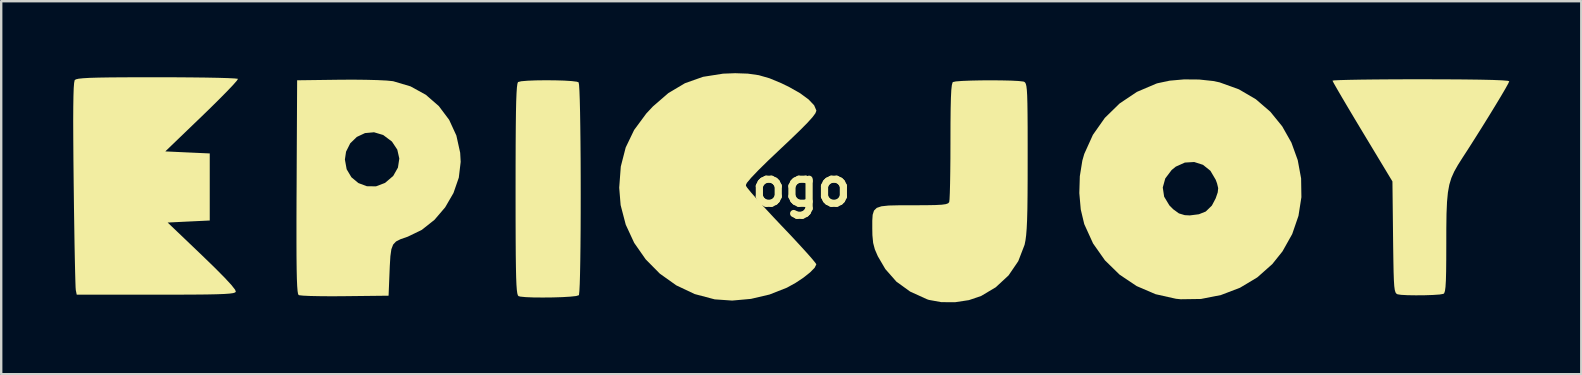
<source format=kicad_pcb>
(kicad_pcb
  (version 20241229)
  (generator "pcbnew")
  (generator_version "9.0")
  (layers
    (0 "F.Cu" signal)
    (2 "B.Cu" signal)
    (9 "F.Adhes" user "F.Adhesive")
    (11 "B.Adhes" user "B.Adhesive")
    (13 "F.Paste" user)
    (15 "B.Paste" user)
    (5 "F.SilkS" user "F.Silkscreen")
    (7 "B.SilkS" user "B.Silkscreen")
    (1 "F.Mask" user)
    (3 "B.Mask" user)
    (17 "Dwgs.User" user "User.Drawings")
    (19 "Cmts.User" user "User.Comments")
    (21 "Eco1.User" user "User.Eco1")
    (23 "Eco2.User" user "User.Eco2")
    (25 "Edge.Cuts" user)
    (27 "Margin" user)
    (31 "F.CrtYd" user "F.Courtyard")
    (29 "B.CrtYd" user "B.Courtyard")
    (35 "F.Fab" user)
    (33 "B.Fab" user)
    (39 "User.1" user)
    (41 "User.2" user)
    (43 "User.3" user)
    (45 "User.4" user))
  (footprint "logo"
    (layer "F.Cu")
    (at 29.946 4.74)
    (property "Reference" "logo" (at 0 0 0) (layer "F.SilkS") (effects (font (size 1.5 1.5) (thickness 0.3))))
    (attr board_only exclude_from_pos_files exclude_from_bom)
    (fp_poly (pts (xy -9.87 -4.443) (xy -9.49 -4.432) (xy -9.174 -4.412) (xy -8.96 -4.385) (xy -8.889 -4.359) (xy -8.87 -4.254) (xy -8.854 -4.001) (xy -8.84 -3.617) (xy -8.828 -3.123) (xy -8.819 -2.538) (xy -8.811 -1.881) (xy -8.805 -1.173) (xy -8.802 -0.431) (xy -8.801 0.323) (xy -8.802 1.071) (xy -8.805 1.793) (xy -8.811 2.47) (xy -8.819 3.082) (xy -8.829 3.609) (xy -8.841 4.034) (xy -8.856 4.334) (xy -8.873 4.493) (xy -8.88 4.511) (xy -8.994 4.544) (xy -9.238 4.57) (xy -9.576 4.59) (xy -9.968 4.602) (xy -10.376 4.606) (xy -10.762 4.603) (xy -11.087 4.59) (xy -11.314 4.568) (xy -11.394 4.547) (xy -11.421 4.51) (xy -11.444 4.426) (xy -11.463 4.282) (xy -11.479 4.063) (xy -11.491 3.758) (xy -11.5 3.353) (xy -11.507 2.835) (xy -11.511 2.192) (xy -11.514 1.41) (xy -11.515 0.477) (xy -11.515 0.085) (xy -11.514 -0.938) (xy -11.511 -1.804) (xy -11.506 -2.522) (xy -11.499 -3.104) (xy -11.489 -3.562) (xy -11.475 -3.906) (xy -11.459 -4.147) (xy -11.439 -4.297) (xy -11.416 -4.367) (xy -11.409 -4.373) (xy -11.276 -4.405) (xy -11.017 -4.427) (xy -10.671 -4.441) (xy -10.276 -4.446)) (stroke (width 0) (type solid)) (fill yes) (layer "F.SilkS"))
    (fp_poly (pts (xy -1.837 -4.722) (xy -1.381 -4.657) (xy -0.936 -4.529) (xy -0.445 -4.325) (xy -0.109 -4.161) (xy 0.343 -3.904) (xy 0.694 -3.646) (xy 0.925 -3.402) (xy 1.015 -3.192) (xy 1.016 -3.175) (xy 0.978 -3.072) (xy 0.856 -2.907) (xy 0.641 -2.669) (xy 0.323 -2.349) (xy -0.107 -1.935) (xy -0.467 -1.596) (xy -0.99 -1.101) (xy -1.402 -0.695) (xy -1.699 -0.384) (xy -1.876 -0.173) (xy -1.928 -0.067) (xy -1.865 0.031) (xy -1.7 0.233) (xy -1.449 0.52) (xy -1.13 0.873) (xy -0.756 1.274) (xy -0.445 1.603) (xy -0.043 2.025) (xy 0.315 2.411) (xy 0.616 2.741) (xy 0.844 3) (xy 0.981 3.168) (xy 1.016 3.225) (xy 0.946 3.366) (xy 0.756 3.559) (xy 0.48 3.778) (xy 0.147 3.999) (xy -0.21 4.196) (xy -0.212 4.197) (xy -0.933 4.481) (xy -1.71 4.663) (xy -2.489 4.733) (xy -3.214 4.683) (xy -3.217 4.683) (xy -4.052 4.462) (xy -4.819 4.099) (xy -5.505 3.611) (xy -6.094 3.015) (xy -6.573 2.329) (xy -6.925 1.57) (xy -7.138 0.755) (xy -7.197 0.03) (xy -7.131 -0.851) (xy -6.927 -1.645) (xy -6.576 -2.374) (xy -6.069 -3.06) (xy -5.797 -3.351) (xy -5.148 -3.913) (xy -4.459 -4.322) (xy -3.706 -4.589) (xy -2.869 -4.721) (xy -2.363 -4.74)) (stroke (width 0) (type solid)) (fill yes) (layer "F.SilkS"))
    (fp_poly (pts (xy 27.156 -4.485) (xy 27.977 -4.48) (xy 28.66 -4.471) (xy 29.198 -4.459) (xy 29.587 -4.443) (xy 29.819 -4.424) (xy 29.887 -4.405) (xy 29.844 -4.309) (xy 29.723 -4.092) (xy 29.539 -3.778) (xy 29.304 -3.389) (xy 29.033 -2.946) (xy 28.739 -2.473) (xy 28.436 -1.992) (xy 28.139 -1.526) (xy 27.941 -1.222) (xy 27.746 -0.914) (xy 27.592 -0.641) (xy 27.474 -0.376) (xy 27.389 -0.095) (xy 27.33 0.229) (xy 27.293 0.623) (xy 27.272 1.112) (xy 27.264 1.723) (xy 27.263 2.346) (xy 27.261 3.009) (xy 27.256 3.52) (xy 27.246 3.899) (xy 27.23 4.164) (xy 27.207 4.333) (xy 27.176 4.424) (xy 27.144 4.453) (xy 26.99 4.48) (xy 26.715 4.499) (xy 26.368 4.511) (xy 25.997 4.514) (xy 25.652 4.509) (xy 25.379 4.494) (xy 25.23 4.471) (xy 25.183 4.444) (xy 25.146 4.391) (xy 25.117 4.293) (xy 25.095 4.13) (xy 25.079 3.883) (xy 25.067 3.533) (xy 25.058 3.061) (xy 25.049 2.449) (xy 25.045 2.091) (xy 25.019 -0.23) (xy 23.77 -2.301) (xy 23.449 -2.835) (xy 23.159 -3.322) (xy 22.91 -3.743) (xy 22.714 -4.08) (xy 22.581 -4.313) (xy 22.523 -4.424) (xy 22.521 -4.429) (xy 22.603 -4.442) (xy 22.837 -4.453) (xy 23.206 -4.463) (xy 23.693 -4.472) (xy 24.28 -4.479) (xy 24.951 -4.484) (xy 25.687 -4.487) (xy 26.204 -4.487)) (stroke (width 0) (type solid)) (fill yes) (layer "F.SilkS"))
    (fp_poly (pts (xy -25.719 -4.57) (xy -25.039 -4.565) (xy -24.431 -4.558) (xy -23.914 -4.548) (xy -23.506 -4.536) (xy -23.225 -4.522) (xy -23.09 -4.507) (xy -23.081 -4.503) (xy -23.128 -4.428) (xy -23.282 -4.253) (xy -23.527 -3.995) (xy -23.848 -3.67) (xy -24.228 -3.294) (xy -24.574 -2.958) (xy -26.109 -1.482) (xy -25.183 -1.439) (xy -24.257 -1.397) (xy -24.257 0) (xy -24.257 1.397) (xy -25.134 1.439) (xy -26.011 1.482) (xy -24.567 2.861) (xy -24.039 3.373) (xy -23.634 3.782) (xy -23.354 4.085) (xy -23.2 4.282) (xy -23.17 4.364) (xy -23.202 4.396) (xy -23.283 4.422) (xy -23.428 4.442) (xy -23.652 4.458) (xy -23.969 4.47) (xy -24.394 4.479) (xy -24.944 4.484) (xy -25.632 4.487) (xy -26.474 4.487) (xy -26.508 4.487) (xy -29.799 4.487) (xy -29.838 4.297) (xy -29.847 4.177) (xy -29.856 3.904) (xy -29.867 3.496) (xy -29.879 2.97) (xy -29.891 2.343) (xy -29.902 1.631) (xy -29.914 0.852) (xy -29.924 0.024) (xy -29.926 -0.116) (xy -29.937 -1.152) (xy -29.943 -2.028) (xy -29.946 -2.753) (xy -29.943 -3.337) (xy -29.936 -3.788) (xy -29.925 -4.116) (xy -29.908 -4.331) (xy -29.887 -4.441) (xy -29.879 -4.456) (xy -29.827 -4.486) (xy -29.716 -4.511) (xy -29.532 -4.53) (xy -29.261 -4.546) (xy -28.887 -4.557) (xy -28.396 -4.565) (xy -27.775 -4.569) (xy -27.007 -4.572) (xy -26.453 -4.572)) (stroke (width 0) (type solid)) (fill yes) (layer "F.SilkS"))
    (fp_poly (pts (xy 16.964 -4.477) (xy 17.548 -4.415) (xy 17.819 -4.358) (xy 18.622 -4.068) (xy 19.328 -3.655) (xy 19.931 -3.135) (xy 20.426 -2.527) (xy 20.809 -1.85) (xy 21.073 -1.12) (xy 21.214 -0.355) (xy 21.226 0.425) (xy 21.104 1.203) (xy 20.843 1.962) (xy 20.438 2.683) (xy 20.013 3.214) (xy 19.39 3.766) (xy 18.667 4.199) (xy 17.874 4.502) (xy 17.041 4.666) (xy 16.198 4.678) (xy 16 4.658) (xy 15.148 4.467) (xy 14.359 4.128) (xy 13.651 3.653) (xy 13.041 3.057) (xy 12.546 2.354) (xy 12.183 1.557) (xy 12.177 1.54) (xy 12.033 0.938) (xy 11.973 0.254) (xy 11.98 0.022) (xy 15.45 0.022) (xy 15.507 0.404) (xy 15.725 0.767) (xy 15.883 0.927) (xy 16.122 1.101) (xy 16.365 1.174) (xy 16.576 1.185) (xy 16.955 1.137) (xy 17.241 1.023) (xy 17.496 0.775) (xy 17.655 0.473) (xy 17.74 0.226) (xy 17.759 0.048) (xy 17.712 -0.148) (xy 17.656 -0.3) (xy 17.435 -0.674) (xy 17.125 -0.923) (xy 16.759 -1.04) (xy 16.371 -1.017) (xy 15.992 -0.847) (xy 15.82 -0.707) (xy 15.554 -0.355) (xy 15.45 0.022) (xy 11.98 0.022) (xy 11.994 -0.447) (xy 12.099 -1.099) (xy 12.179 -1.377) (xy 12.539 -2.172) (xy 13.036 -2.878) (xy 13.652 -3.479) (xy 14.371 -3.961) (xy 15.178 -4.305) (xy 15.228 -4.321) (xy 15.736 -4.429) (xy 16.338 -4.482)) (stroke (width 0) (type solid)) (fill yes) (layer "F.SilkS"))
    (fp_poly (pts (xy -17.744 -4.465) (xy -17.268 -4.453) (xy -16.887 -4.434) (xy -16.636 -4.409) (xy -16.611 -4.405) (xy -15.891 -4.191) (xy -15.253 -3.84) (xy -14.712 -3.369) (xy -14.283 -2.798) (xy -13.982 -2.144) (xy -13.823 -1.426) (xy -13.802 -1.046) (xy -13.88 -0.39) (xy -14.102 0.251) (xy -14.448 0.848) (xy -14.895 1.37) (xy -15.423 1.788) (xy -16.011 2.073) (xy -16.044 2.084) (xy -16.309 2.176) (xy -16.495 2.271) (xy -16.616 2.4) (xy -16.69 2.594) (xy -16.731 2.884) (xy -16.756 3.302) (xy -16.764 3.495) (xy -16.806 4.53) (xy -18.627 4.55) (xy -19.169 4.554) (xy -19.658 4.55) (xy -20.065 4.542) (xy -20.365 4.528) (xy -20.532 4.51) (xy -20.554 4.503) (xy -20.578 4.453) (xy -20.598 4.332) (xy -20.614 4.128) (xy -20.627 3.828) (xy -20.636 3.423) (xy -20.642 2.899) (xy -20.644 2.246) (xy -20.644 1.452) (xy -20.641 0.506) (xy -20.638 -0.005) (xy -20.633 -1.143) (xy -18.626 -1.143) (xy -18.553 -0.738) (xy -18.355 -0.405) (xy -18.064 -0.163) (xy -17.712 -0.031) (xy -17.331 -0.026) (xy -16.954 -0.169) (xy -16.954 -0.169) (xy -16.613 -0.46) (xy -16.416 -0.808) (xy -16.359 -1.184) (xy -16.443 -1.556) (xy -16.666 -1.892) (xy -17.026 -2.162) (xy -17.035 -2.167) (xy -17.413 -2.279) (xy -17.788 -2.245) (xy -18.129 -2.085) (xy -18.403 -1.82) (xy -18.578 -1.471) (xy -18.626 -1.143) (xy -20.633 -1.143) (xy -20.616 -4.445) (xy -18.846 -4.468) (xy -18.281 -4.471)) (stroke (width 0) (type solid)) (fill yes) (layer "F.SilkS"))
    (fp_poly (pts (xy 8.743 -4.44) (xy 9.133 -4.431) (xy 9.443 -4.415) (xy 9.636 -4.393) (xy 9.673 -4.383) (xy 9.712 -4.354) (xy 9.743 -4.298) (xy 9.768 -4.199) (xy 9.787 -4.039) (xy 9.801 -3.803) (xy 9.81 -3.474) (xy 9.816 -3.036) (xy 9.82 -2.473) (xy 9.821 -1.768) (xy 9.821 -1.2) (xy 9.82 -0.347) (xy 9.816 0.355) (xy 9.809 0.924) (xy 9.797 1.377) (xy 9.78 1.733) (xy 9.758 2.009) (xy 9.73 2.223) (xy 9.696 2.394) (xy 9.69 2.416) (xy 9.429 3.092) (xy 9.025 3.685) (xy 8.49 4.18) (xy 7.882 4.542) (xy 7.376 4.714) (xy 6.801 4.801) (xy 6.223 4.799) (xy 5.706 4.705) (xy 5.629 4.679) (xy 4.925 4.359) (xy 4.352 3.945) (xy 3.89 3.42) (xy 3.577 2.885) (xy 3.454 2.6) (xy 3.383 2.331) (xy 3.352 2.008) (xy 3.347 1.732) (xy 3.347 1.403) (xy 3.363 1.158) (xy 3.418 0.985) (xy 3.533 0.871) (xy 3.729 0.805) (xy 4.03 0.773) (xy 4.456 0.763) (xy 5.029 0.762) (xy 5.039 0.762) (xy 5.578 0.76) (xy 5.971 0.753) (xy 6.242 0.739) (xy 6.413 0.715) (xy 6.508 0.68) (xy 6.551 0.632) (xy 6.553 0.628) (xy 6.566 0.511) (xy 6.578 0.248) (xy 6.588 -0.139) (xy 6.596 -0.626) (xy 6.602 -1.191) (xy 6.604 -1.811) (xy 6.604 -1.907) (xy 6.606 -2.658) (xy 6.612 -3.253) (xy 6.623 -3.706) (xy 6.639 -4.031) (xy 6.662 -4.241) (xy 6.691 -4.351) (xy 6.708 -4.372) (xy 6.832 -4.398) (xy 7.09 -4.418) (xy 7.446 -4.432) (xy 7.864 -4.441) (xy 8.308 -4.444)) (stroke (width 0) (type solid)) (fill yes) (layer "F.SilkS")))
  (gr_rect
    (start -3 -3)
    (end 62.833 12.541)
    (stroke (width 0.1) (type default))
    (fill no)
    (layer "Edge.Cuts")))
</source>
